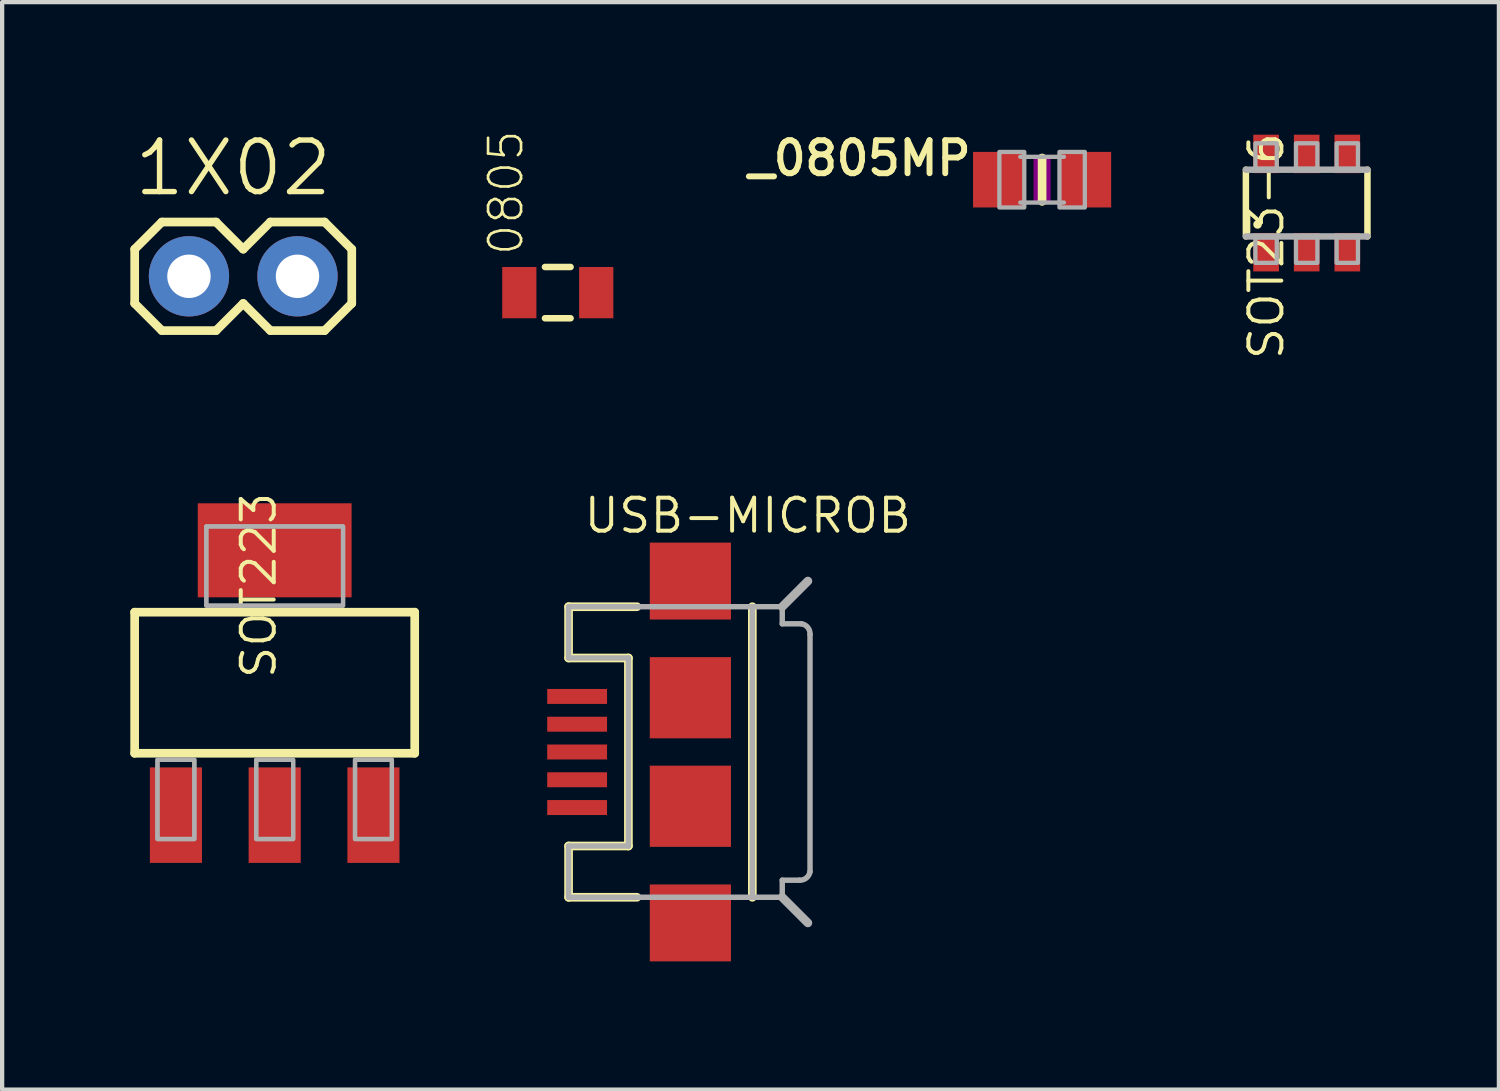
<source format=kicad_pcb>
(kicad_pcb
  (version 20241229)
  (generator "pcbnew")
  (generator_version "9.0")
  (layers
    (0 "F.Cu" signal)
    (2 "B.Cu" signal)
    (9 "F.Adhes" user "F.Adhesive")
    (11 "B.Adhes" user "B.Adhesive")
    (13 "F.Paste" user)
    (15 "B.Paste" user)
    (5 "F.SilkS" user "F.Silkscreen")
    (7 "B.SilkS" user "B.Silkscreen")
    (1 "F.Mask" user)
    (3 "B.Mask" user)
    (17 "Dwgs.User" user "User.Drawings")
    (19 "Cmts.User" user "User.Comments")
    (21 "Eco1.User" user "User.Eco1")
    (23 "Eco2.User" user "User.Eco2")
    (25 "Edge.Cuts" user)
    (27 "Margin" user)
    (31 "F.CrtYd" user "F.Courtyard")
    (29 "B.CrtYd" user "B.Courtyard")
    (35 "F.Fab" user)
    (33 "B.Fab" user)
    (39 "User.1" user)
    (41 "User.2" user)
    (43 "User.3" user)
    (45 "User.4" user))
  (footprint "SOT223"
    (layer "F.Cu")
    (at 3.378 12.927)
    (property "Reference" "SOT223" (at -0.826 -4.508 270) (layer "F.SilkS") (effects (font (size 0.772 0.772) (thickness 0.093)) (justify right top)))
    (attr through_hole)
    (fp_line (start -3.277 -1.651) (end 3.277 -1.651) (stroke (width 0.203) (type solid)) (layer "F.SilkS"))
    (fp_line (start -3.277 1.651) (end -3.277 -1.651) (stroke (width 0.203) (type solid)) (layer "F.SilkS"))
    (fp_line (start 3.277 -1.651) (end 3.277 1.651) (stroke (width 0.203) (type solid)) (layer "F.SilkS"))
    (fp_line (start 3.277 1.651) (end -3.277 1.651) (stroke (width 0.203) (type solid)) (layer "F.SilkS"))
    (fp_poly (pts (xy -2.743 3.658) (xy -1.88 3.658) (xy -1.88 1.803) (xy -2.743 1.803)) (stroke (width 0.1) (type solid)) (fill no) (layer "F.Fab"))
    (fp_poly (pts (xy -2.743 3.658) (xy -1.88 3.658) (xy -1.88 1.803) (xy -2.743 1.803)) (stroke (width 0.1) (type solid)) (fill no) (layer "F.Fab"))
    (fp_poly (pts (xy -1.6 -1.803) (xy 1.6 -1.803) (xy 1.6 -3.658) (xy -1.6 -3.658)) (stroke (width 0.1) (type solid)) (fill no) (layer "F.Fab"))
    (fp_poly (pts (xy -1.6 -1.803) (xy 1.6 -1.803) (xy 1.6 -3.658) (xy -1.6 -3.658)) (stroke (width 0.1) (type solid)) (fill no) (layer "F.Fab"))
    (fp_poly (pts (xy -0.432 3.658) (xy 0.432 3.658) (xy 0.432 1.803) (xy -0.432 1.803)) (stroke (width 0.1) (type solid)) (fill no) (layer "F.Fab"))
    (fp_poly (pts (xy -0.432 3.658) (xy 0.432 3.658) (xy 0.432 1.803) (xy -0.432 1.803)) (stroke (width 0.1) (type solid)) (fill no) (layer "F.Fab"))
    (fp_poly (pts (xy 1.88 3.658) (xy 2.743 3.658) (xy 2.743 1.803) (xy 1.88 1.803)) (stroke (width 0.1) (type solid)) (fill no) (layer "F.Fab"))
    (fp_poly (pts (xy 1.88 3.658) (xy 2.743 3.658) (xy 2.743 1.803) (xy 1.88 1.803)) (stroke (width 0.1) (type solid)) (fill no) (layer "F.Fab"))
    (pad "1" smd rect (at -2.311 3.099) (size 1.219 2.235) (layers "F.Cu" "F.Mask" "F.Paste"))
    (pad "2" smd rect (at 0 3.099) (size 1.219 2.235) (layers "F.Cu" "F.Mask" "F.Paste"))
    (pad "3" smd rect (at 2.311 3.099) (size 1.219 2.235) (layers "F.Cu" "F.Mask" "F.Paste"))
    (pad "4" smd rect (at 0 -3.099) (size 3.6 2.2) (layers "F.Cu" "F.Mask" "F.Paste")))
  (footprint "0805"
    (layer "F.Cu")
    (at 10.003 3.798)
    (property "Reference" "0805" (at -0.762 -0.826 90) (layer "F.SilkS") (effects (font (size 0.772 0.772) (thickness 0.062)) (justify left bottom)))
    (attr through_hole)
    (fp_line (start -0.3 -0.6) (end 0.3 -0.6) (stroke (width 0.152) (type solid)) (layer "F.SilkS"))
    (fp_line (start -0.3 0.6) (end 0.3 0.6) (stroke (width 0.152) (type solid)) (layer "F.SilkS"))
    (pad "1" smd rect (at -0.9 0) (size 0.8 1.2) (layers "F.Cu" "F.Mask" "F.Paste"))
    (pad "2" smd rect (at 0.9 0) (size 0.8 1.2) (layers "F.Cu" "F.Mask" "F.Paste")))
  (footprint "SOT23-6"
    (layer "F.Cu")
    (at 27.529 1.702)
    (property "Reference" "SOT23-6" (at -1.397 -1.702 270) (layer "F.SilkS") (effects (font (size 0.772 0.772) (thickness 0.093)) (justify right top)))
    (attr through_hole)
    (fp_line (start -1.423 0.781) (end -1.423 -0.781) (stroke (width 0.152) (type solid)) (layer "F.SilkS"))
    (fp_line (start 1.422 -0.781) (end 1.422 0.781) (stroke (width 0.152) (type solid)) (layer "F.SilkS"))
    (fp_circle (center -1.15 0.5) (end -1.05 0.5) (stroke (width 0) (type solid)) (fill yes) (layer "F.SilkS"))
    (fp_line (start -1.423 -0.781) (end 1.422 -0.781) (stroke (width 0.152) (type solid)) (layer "F.Fab"))
    (fp_line (start 1.422 0.781) (end -1.423 0.781) (stroke (width 0.152) (type solid)) (layer "F.Fab"))
    (fp_poly (pts (xy -1.2 -0.8) (xy -0.7 -0.8) (xy -0.7 -1.4) (xy -1.2 -1.4)) (stroke (width 0.1) (type solid)) (fill no) (layer "F.Fab"))
    (fp_poly (pts (xy -1.2 1.4) (xy -0.7 1.4) (xy -0.7 0.8) (xy -1.2 0.8)) (stroke (width 0.1) (type solid)) (fill no) (layer "F.Fab"))
    (fp_poly (pts (xy -0.25 -0.8) (xy 0.25 -0.8) (xy 0.25 -1.4) (xy -0.25 -1.4)) (stroke (width 0.1) (type solid)) (fill no) (layer "F.Fab"))
    (fp_poly (pts (xy -0.25 1.4) (xy 0.25 1.4) (xy 0.25 0.8) (xy -0.25 0.8)) (stroke (width 0.1) (type solid)) (fill no) (layer "F.Fab"))
    (fp_poly (pts (xy 0.7 -0.8) (xy 1.2 -0.8) (xy 1.2 -1.4) (xy 0.7 -1.4)) (stroke (width 0.1) (type solid)) (fill no) (layer "F.Fab"))
    (fp_poly (pts (xy 0.7 1.4) (xy 1.2 1.4) (xy 1.2 0.8) (xy 0.7 0.8)) (stroke (width 0.1) (type solid)) (fill no) (layer "F.Fab"))
    (pad "1" smd rect (at -0.95 1.15) (size 0.6 0.9) (layers "F.Cu" "F.Mask" "F.Paste"))
    (pad "2" smd rect (at 0 1.15) (size 0.6 0.9) (layers "F.Cu" "F.Mask" "F.Paste"))
    (pad "3" smd rect (at 0.95 1.15) (size 0.6 0.9) (layers "F.Cu" "F.Mask" "F.Paste"))
    (pad "4" smd rect (at 0.95 -1.15) (size 0.6 0.9) (layers "F.Cu" "F.Mask" "F.Paste"))
    (pad "5" smd rect (at 0 -1.15) (size 0.6 0.9) (layers "F.Cu" "F.Mask" "F.Paste"))
    (pad "6" smd rect (at -0.95 -1.15) (size 0.6 0.9) (layers "F.Cu" "F.Mask" "F.Paste")))
  (footprint "_0805MP"
    (layer "F.Cu")
    (at 21.337 1.155)
    (property "Reference" "_0805MP" (at -1.587 -0.953 0) (layer "F.SilkS") (effects (font (size 0.772 0.772) (thickness 0.139)) (justify right top)))
    (attr through_hole)
    (fp_line (start 0 -0.508) (end 0 0.508) (stroke (width 0.203) (type solid)) (layer "F.SilkS"))
    (fp_poly (pts (xy -0.2 0.5) (xy 0.2 0.5) (xy 0.2 -0.5) (xy -0.2 -0.5)) (stroke (width 0) (type solid)) (fill yes) (layer "F.Adhes"))
    (fp_line (start -0.51 -0.535) (end 0.51 -0.535) (stroke (width 0.102) (type solid)) (layer "F.Fab"))
    (fp_line (start -0.51 0.535) (end 0.51 0.535) (stroke (width 0.102) (type solid)) (layer "F.Fab"))
    (fp_poly (pts (xy -1 0.65) (xy -0.417 0.65) (xy -0.417 -0.65) (xy -1 -0.65)) (stroke (width 0.1) (type solid)) (fill no) (layer "F.Fab"))
    (fp_poly (pts (xy 0.406 0.65) (xy 1 0.65) (xy 1 -0.65) (xy 0.406 -0.65)) (stroke (width 0.1) (type solid)) (fill no) (layer "F.Fab"))
    (pad "1" smd rect (at -1.016 0) (size 1.2 1.3) (layers "F.Cu" "F.Mask" "F.Paste"))
    (pad "2" smd rect (at 1.016 0) (size 1.2 1.3) (layers "F.Cu" "F.Mask" "F.Paste")))
  (footprint "USB-MICROB"
    (layer "F.Cu")
    (at 13.106 14.548)
    (property "Reference" "USB-MICROB" (at -2.54 -5.08 0) (layer "F.SilkS") (effects (font (size 0.772 0.772) (thickness 0.093)) (justify left bottom)))
    (attr through_hole)
    (fp_line (start -2.85 -3.4) (end -2.85 -2.2) (stroke (width 0.203) (type solid)) (layer "F.SilkS"))
    (fp_line (start -2.85 2.2) (end -1.45 2.2) (stroke (width 0.203) (type solid)) (layer "F.SilkS"))
    (fp_line (start -2.85 3.4) (end -2.85 2.2) (stroke (width 0.203) (type solid)) (layer "F.SilkS"))
    (fp_line (start -1.45 -2.2) (end -2.85 -2.2) (stroke (width 0.203) (type solid)) (layer "F.SilkS"))
    (fp_line (start -1.45 2.2) (end -1.45 -2.2) (stroke (width 0.203) (type solid)) (layer "F.SilkS"))
    (fp_line (start -1.25 -3.4) (end -2.85 -3.4) (stroke (width 0.203) (type solid)) (layer "F.SilkS"))
    (fp_line (start -1.25 3.4) (end -2.85 3.4) (stroke (width 0.203) (type solid)) (layer "F.SilkS"))
    (fp_line (start 1.45 3.4) (end 1.45 -3.4) (stroke (width 0.203) (type solid)) (layer "F.SilkS"))
    (fp_line (start -2.85 -3.4) (end -2.85 -2.2) (stroke (width 0.127) (type solid)) (layer "F.Fab"))
    (fp_line (start -2.85 -3.4) (end 1.45 -3.4) (stroke (width 0.127) (type solid)) (layer "F.Fab"))
    (fp_line (start -2.85 3.4) (end -2.85 2.2) (stroke (width 0.127) (type solid)) (layer "F.Fab"))
    (fp_line (start -1.45 -2.2) (end -2.85 -2.2) (stroke (width 0.127) (type solid)) (layer "F.Fab"))
    (fp_line (start -1.45 2.2) (end -2.85 2.2) (stroke (width 0.127) (type solid)) (layer "F.Fab"))
    (fp_line (start -1.45 2.2) (end -1.45 -2.2) (stroke (width 0.127) (type solid)) (layer "F.Fab"))
    (fp_line (start 1.45 -3.4) (end 2.15 -3.4) (stroke (width 0.127) (type solid)) (layer "F.Fab"))
    (fp_line (start 1.45 3.4) (end -2.85 3.4) (stroke (width 0.127) (type solid)) (layer "F.Fab"))
    (fp_line (start 1.45 3.4) (end 1.45 -3.4) (stroke (width 0.127) (type solid)) (layer "F.Fab"))
    (fp_line (start 2.15 -3.4) (end 2.75 -4) (stroke (width 0.203) (type solid)) (layer "F.Fab"))
    (fp_line (start 2.15 -3) (end 2.15 -3.4) (stroke (width 0.127) (type solid)) (layer "F.Fab"))
    (fp_line (start 2.15 3) (end 2.55 3) (stroke (width 0.127) (type solid)) (layer "F.Fab"))
    (fp_line (start 2.15 3.4) (end 1.45 3.4) (stroke (width 0.127) (type solid)) (layer "F.Fab"))
    (fp_line (start 2.15 3.4) (end 2.15 3) (stroke (width 0.127) (type solid)) (layer "F.Fab"))
    (fp_line (start 2.15 3.4) (end 2.75 4) (stroke (width 0.203) (type solid)) (layer "F.Fab"))
    (fp_line (start 2.6 -3) (end 2.15 -3) (stroke (width 0.127) (type solid)) (layer "F.Fab"))
    (fp_line (start 2.8 2.8) (end 2.8 -2.75) (stroke (width 0.127) (type solid)) (layer "F.Fab"))
    (fp_arc (start 2.599998 -3) (mid 2.748325 -2.913661) (end 2.8 -2.75) (stroke (width 0.127) (type solid)) (layer "F.Fab"))
    (fp_arc (start 2.8 2.799998) (mid 2.713661 2.948325) (end 2.55 3) (stroke (width 0.127) (type solid)) (layer "F.Fab"))
    (pad "D+" smd rect (at -2.65 0 180) (size 1.4 0.35) (layers "F.Cu" "F.Mask" "F.Paste"))
    (pad "D-" smd rect (at -2.65 0.65 180) (size 1.4 0.35) (layers "F.Cu" "F.Mask" "F.Paste"))
    (pad "GND" smd rect (at -2.65 -1.3 180) (size 1.4 0.35) (layers "F.Cu" "F.Mask" "F.Paste"))
    (pad "ID" smd rect (at -2.65 -0.65 180) (size 1.4 0.35) (layers "F.Cu" "F.Mask" "F.Paste"))
    (pad "MT1" smd rect (at 0 4 90) (size 1.8 1.9) (layers "F.Cu" "F.Mask" "F.Paste"))
    (pad "MT2" smd rect (at 0 -4 90) (size 1.8 1.9) (layers "F.Cu" "F.Mask" "F.Paste"))
    (pad "P$1" smd rect (at 0 1.27 90) (size 1.9 1.9) (layers "F.Cu" "F.Mask" "F.Paste"))
    (pad "P$2" smd rect (at 0 -1.27 90) (size 1.9 1.9) (layers "F.Cu" "F.Mask" "F.Paste"))
    (pad "VBUS" smd rect (at -2.65 1.3 180) (size 1.4 0.35) (layers "F.Cu" "F.Mask" "F.Paste")))
  (footprint "1X02"
    (layer "F.Cu")
    (at 1.372 3.416)
    (property "Reference" "1X02" (at -1.346 -1.829 0) (layer "F.SilkS") (effects (font (size 1.206 1.206) (thickness 0.127)) (justify left bottom)))
    (attr through_hole)
    (fp_line (start -1.27 -0.635) (end -1.27 0.635) (stroke (width 0.203) (type solid)) (layer "F.SilkS"))
    (fp_line (start -1.27 0.635) (end -0.635 1.27) (stroke (width 0.203) (type solid)) (layer "F.SilkS"))
    (fp_line (start -0.635 -1.27) (end -1.27 -0.635) (stroke (width 0.203) (type solid)) (layer "F.SilkS"))
    (fp_line (start -0.635 -1.27) (end 0.635 -1.27) (stroke (width 0.203) (type solid)) (layer "F.SilkS"))
    (fp_line (start 0.635 -1.27) (end 1.27 -0.635) (stroke (width 0.203) (type solid)) (layer "F.SilkS"))
    (fp_line (start 0.635 1.27) (end -0.635 1.27) (stroke (width 0.203) (type solid)) (layer "F.SilkS"))
    (fp_line (start 1.27 -0.635) (end 1.905 -1.27) (stroke (width 0.203) (type solid)) (layer "F.SilkS"))
    (fp_line (start 1.27 0.635) (end 0.635 1.27) (stroke (width 0.203) (type solid)) (layer "F.SilkS"))
    (fp_line (start 1.905 -1.27) (end 3.175 -1.27) (stroke (width 0.203) (type solid)) (layer "F.SilkS"))
    (fp_line (start 1.905 1.27) (end 1.27 0.635) (stroke (width 0.203) (type solid)) (layer "F.SilkS"))
    (fp_line (start 3.175 -1.27) (end 3.81 -0.635) (stroke (width 0.203) (type solid)) (layer "F.SilkS"))
    (fp_line (start 3.175 1.27) (end 1.905 1.27) (stroke (width 0.203) (type solid)) (layer "F.SilkS"))
    (fp_line (start 3.81 -0.635) (end 3.81 0.635) (stroke (width 0.203) (type solid)) (layer "F.SilkS"))
    (fp_line (start 3.81 0.635) (end 3.175 1.27) (stroke (width 0.203) (type solid)) (layer "F.SilkS"))
    (fp_poly (pts (xy -0.254 0.254) (xy 0.254 0.254) (xy 0.254 -0.254) (xy -0.254 -0.254)) (stroke (width 0.1) (type solid)) (fill no) (layer "F.Fab"))
    (fp_poly (pts (xy 2.286 0.254) (xy 2.794 0.254) (xy 2.794 -0.254) (xy 2.286 -0.254)) (stroke (width 0.1) (type solid)) (fill no) (layer "F.Fab"))
    (pad "1" thru_hole circle (at 0 0 90) (size 1.88 1.88) (drill 1.016) (layers "*.Cu" "*.Mask"))
    (pad "2" thru_hole circle (at 2.54 0 90) (size 1.88 1.88) (drill 1.016) (layers "*.Cu" "*.Mask")))
  (gr_rect
    (start -3 -3)
    (end 32.027 22.448)
    (stroke (width 0.1) (type default))
    (fill no)
    (layer "Edge.Cuts")))
</source>
